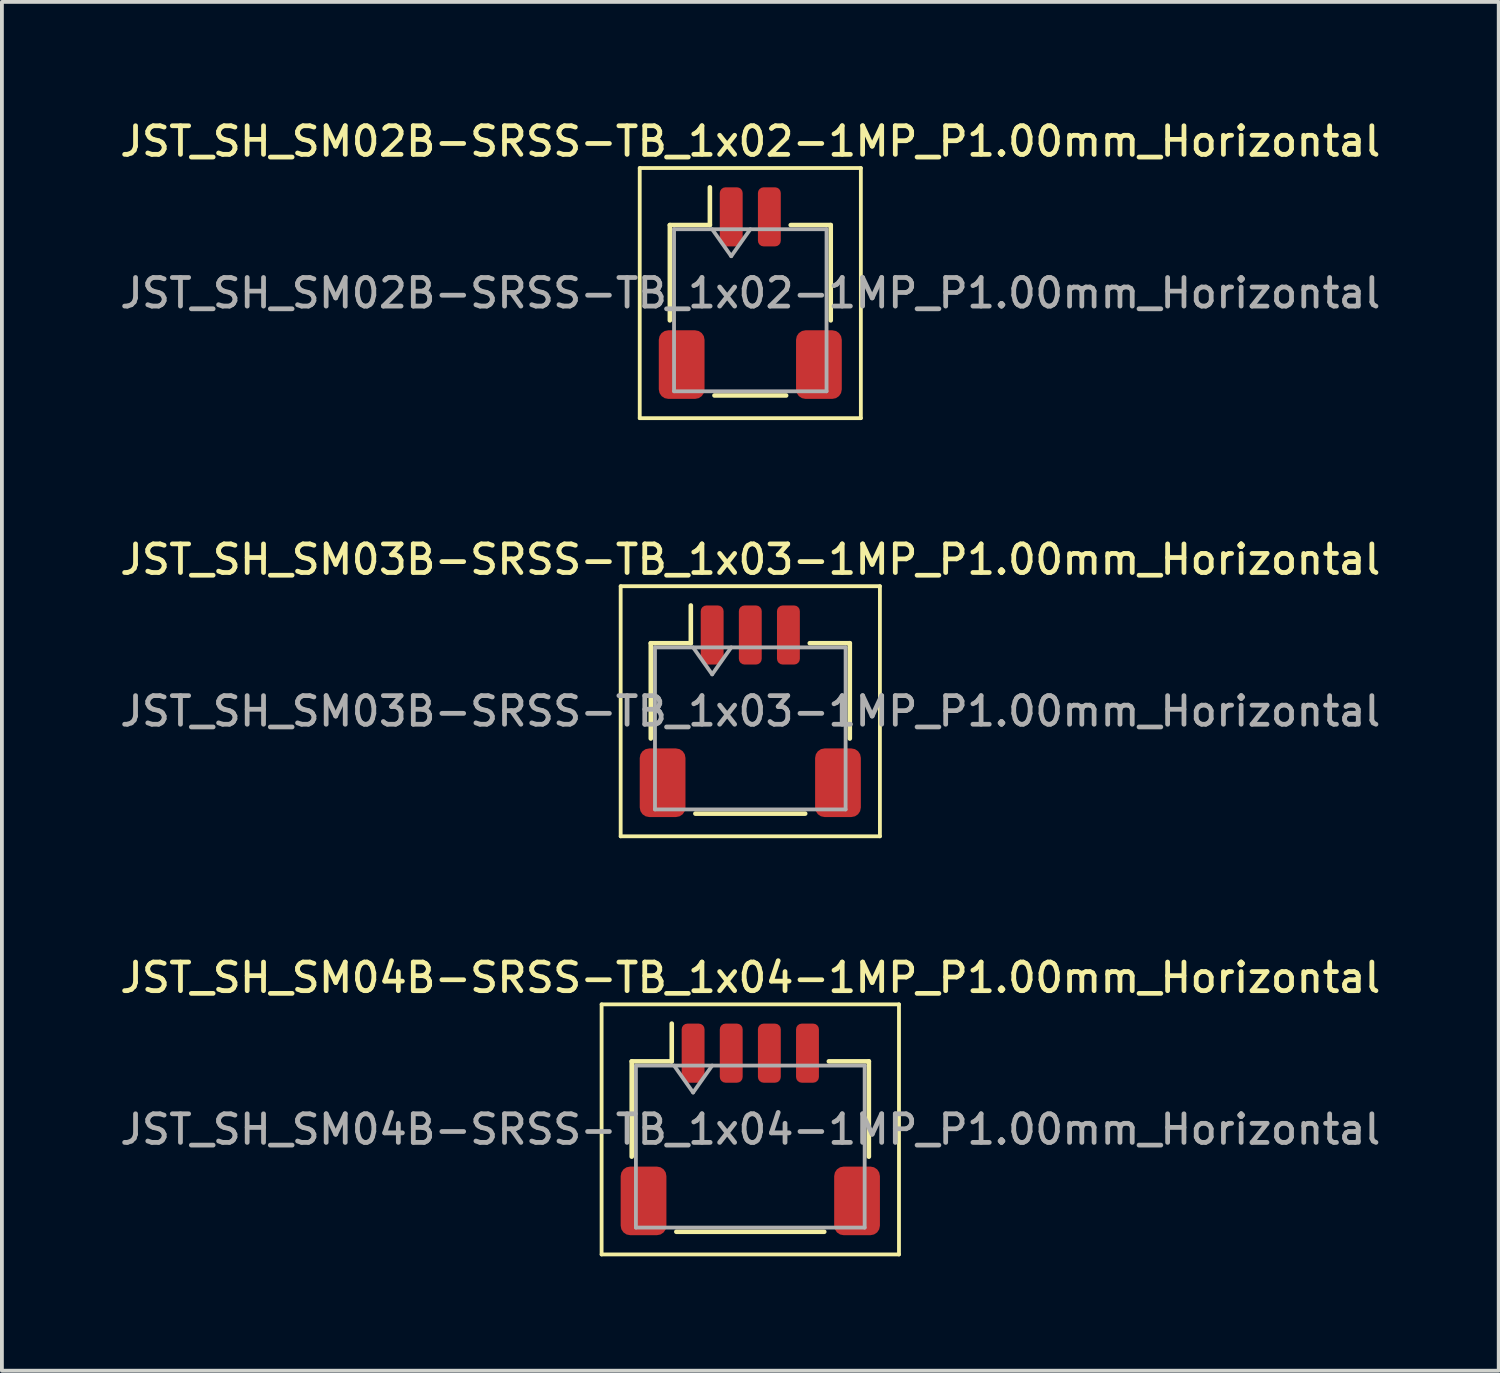
<source format=kicad_pcb>
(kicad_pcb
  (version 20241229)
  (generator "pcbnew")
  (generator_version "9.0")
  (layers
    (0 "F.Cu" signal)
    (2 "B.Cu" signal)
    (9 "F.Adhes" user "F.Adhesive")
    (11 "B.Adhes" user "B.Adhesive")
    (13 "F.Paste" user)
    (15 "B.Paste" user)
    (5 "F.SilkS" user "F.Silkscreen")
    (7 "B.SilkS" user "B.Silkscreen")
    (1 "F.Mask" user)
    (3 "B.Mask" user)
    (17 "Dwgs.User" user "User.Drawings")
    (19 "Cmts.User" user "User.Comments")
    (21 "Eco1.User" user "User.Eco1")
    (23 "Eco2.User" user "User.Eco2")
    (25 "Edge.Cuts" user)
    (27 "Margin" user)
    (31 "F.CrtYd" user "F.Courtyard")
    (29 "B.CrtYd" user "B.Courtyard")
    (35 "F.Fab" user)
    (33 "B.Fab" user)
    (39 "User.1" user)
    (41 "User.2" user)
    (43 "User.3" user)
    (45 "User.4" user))
  (footprint "JST_SH_SM02B-SRSS-TB_1x02-1MP_P1.00mm_Horizontal"
    (layer "F.Cu")
    (at 16.63 4.638)
    (property "Reference" "JST_SH_SM02B-SRSS-TB_1x02-1MP_P1.00mm_Horizontal" (at 0 -3.98 0) (layer "F.SilkS") (effects (font (size 0.75 0.75) (thickness 0.125))))
    (attr smd)
    (fp_line (start -2.9 -3.28) (end -2.9 3.28) (stroke (width 0.1) (type solid)) (layer "F.SilkS"))
    (fp_line (start -2.9 3.28) (end 2.9 3.28) (stroke (width 0.1) (type solid)) (layer "F.SilkS"))
    (fp_line (start -2.11 -1.785) (end -1.06 -1.785) (stroke (width 0.12) (type solid)) (layer "F.SilkS"))
    (fp_line (start -2.11 0.715) (end -2.11 -1.785) (stroke (width 0.12) (type solid)) (layer "F.SilkS"))
    (fp_line (start -1.06 -1.785) (end -1.06 -2.775) (stroke (width 0.12) (type solid)) (layer "F.SilkS"))
    (fp_line (start -0.94 2.685) (end 0.94 2.685) (stroke (width 0.12) (type solid)) (layer "F.SilkS"))
    (fp_line (start 2.11 -1.785) (end 1.06 -1.785) (stroke (width 0.12) (type solid)) (layer "F.SilkS"))
    (fp_line (start 2.11 0.715) (end 2.11 -1.785) (stroke (width 0.12) (type solid)) (layer "F.SilkS"))
    (fp_line (start 2.9 -3.28) (end -2.9 -3.28) (stroke (width 0.1) (type solid)) (layer "F.SilkS"))
    (fp_line (start 2.9 3.28) (end 2.9 -3.28) (stroke (width 0.1) (type solid)) (layer "F.SilkS"))
    (fp_line (start -2 -1.675) (end -2 2.575) (stroke (width 0.1) (type solid)) (layer "F.Fab"))
    (fp_line (start -2 -1.675) (end 2 -1.675) (stroke (width 0.1) (type solid)) (layer "F.Fab"))
    (fp_line (start -2 2.575) (end 2 2.575) (stroke (width 0.1) (type solid)) (layer "F.Fab"))
    (fp_line (start -1 -1.675) (end -0.5 -0.968) (stroke (width 0.1) (type solid)) (layer "F.Fab"))
    (fp_line (start -0.5 -0.968) (end 0 -1.675) (stroke (width 0.1) (type solid)) (layer "F.Fab"))
    (fp_line (start 2 -1.675) (end 2 2.575) (stroke (width 0.1) (type solid)) (layer "F.Fab"))
    (fp_text user "${REFERENCE}" (at 0 0 0) (layer "F.Fab") (effects (font (size 0.75 0.75) (thickness 0.125))))
    (pad "1" smd roundrect (at -0.5 -2) (size 0.6 1.55) (layers "F.Cu" "F.Mask" "F.Paste") (roundrect_rratio 0.25))
    (pad "2" smd roundrect (at 0.5 -2) (size 0.6 1.55) (layers "F.Cu" "F.Mask" "F.Paste") (roundrect_rratio 0.25))
    (pad "MP" smd roundrect (at -1.8 1.875) (size 1.2 1.8) (layers "F.Cu" "F.Mask" "F.Paste") (roundrect_rratio 0.208))
    (pad "MP" smd roundrect (at 1.8 1.875) (size 1.2 1.8) (layers "F.Cu" "F.Mask" "F.Paste") (roundrect_rratio 0.208)))
  (footprint "JST_SH_SM03B-SRSS-TB_1x03-1MP_P1.00mm_Horizontal"
    (layer "F.Cu")
    (at 16.63 15.606)
    (property "Reference" "JST_SH_SM03B-SRSS-TB_1x03-1MP_P1.00mm_Horizontal" (at 0 -3.98 0) (layer "F.SilkS") (effects (font (size 0.75 0.75) (thickness 0.125))))
    (attr smd)
    (fp_line (start -3.4 -3.28) (end -3.4 3.28) (stroke (width 0.1) (type solid)) (layer "F.SilkS"))
    (fp_line (start -3.4 3.28) (end 3.4 3.28) (stroke (width 0.1) (type solid)) (layer "F.SilkS"))
    (fp_line (start -2.61 -1.785) (end -1.56 -1.785) (stroke (width 0.12) (type solid)) (layer "F.SilkS"))
    (fp_line (start -2.61 0.715) (end -2.61 -1.785) (stroke (width 0.12) (type solid)) (layer "F.SilkS"))
    (fp_line (start -1.56 -1.785) (end -1.56 -2.775) (stroke (width 0.12) (type solid)) (layer "F.SilkS"))
    (fp_line (start -1.44 2.685) (end 1.44 2.685) (stroke (width 0.12) (type solid)) (layer "F.SilkS"))
    (fp_line (start 2.61 -1.785) (end 1.56 -1.785) (stroke (width 0.12) (type solid)) (layer "F.SilkS"))
    (fp_line (start 2.61 0.715) (end 2.61 -1.785) (stroke (width 0.12) (type solid)) (layer "F.SilkS"))
    (fp_line (start 3.4 -3.28) (end -3.4 -3.28) (stroke (width 0.1) (type solid)) (layer "F.SilkS"))
    (fp_line (start 3.4 3.28) (end 3.4 -3.28) (stroke (width 0.1) (type solid)) (layer "F.SilkS"))
    (fp_line (start -2.5 -1.675) (end -2.5 2.575) (stroke (width 0.1) (type solid)) (layer "F.Fab"))
    (fp_line (start -2.5 -1.675) (end 2.5 -1.675) (stroke (width 0.1) (type solid)) (layer "F.Fab"))
    (fp_line (start -2.5 2.575) (end 2.5 2.575) (stroke (width 0.1) (type solid)) (layer "F.Fab"))
    (fp_line (start -1.5 -1.675) (end -1 -0.968) (stroke (width 0.1) (type solid)) (layer "F.Fab"))
    (fp_line (start -1 -0.968) (end -0.5 -1.675) (stroke (width 0.1) (type solid)) (layer "F.Fab"))
    (fp_line (start 2.5 -1.675) (end 2.5 2.575) (stroke (width 0.1) (type solid)) (layer "F.Fab"))
    (fp_text user "${REFERENCE}" (at 0 0 0) (layer "F.Fab") (effects (font (size 0.75 0.75) (thickness 0.125))))
    (pad "1" smd roundrect (at -1 -2) (size 0.6 1.55) (layers "F.Cu" "F.Mask" "F.Paste") (roundrect_rratio 0.25))
    (pad "2" smd roundrect (at 0 -2) (size 0.6 1.55) (layers "F.Cu" "F.Mask" "F.Paste") (roundrect_rratio 0.25))
    (pad "3" smd roundrect (at 1 -2) (size 0.6 1.55) (layers "F.Cu" "F.Mask" "F.Paste") (roundrect_rratio 0.25))
    (pad "MP" smd roundrect (at -2.3 1.875) (size 1.2 1.8) (layers "F.Cu" "F.Mask" "F.Paste") (roundrect_rratio 0.208))
    (pad "MP" smd roundrect (at 2.3 1.875) (size 1.2 1.8) (layers "F.Cu" "F.Mask" "F.Paste") (roundrect_rratio 0.208)))
  (footprint "JST_SH_SM04B-SRSS-TB_1x04-1MP_P1.00mm_Horizontal"
    (layer "F.Cu")
    (at 16.63 26.574)
    (property "Reference" "JST_SH_SM04B-SRSS-TB_1x04-1MP_P1.00mm_Horizontal" (at 0 -3.98 0) (layer "F.SilkS") (effects (font (size 0.75 0.75) (thickness 0.125))))
    (attr smd)
    (fp_line (start -3.9 -3.28) (end -3.9 3.28) (stroke (width 0.1) (type solid)) (layer "F.SilkS"))
    (fp_line (start -3.9 3.28) (end 3.9 3.28) (stroke (width 0.1) (type solid)) (layer "F.SilkS"))
    (fp_line (start -3.11 -1.785) (end -2.06 -1.785) (stroke (width 0.12) (type solid)) (layer "F.SilkS"))
    (fp_line (start -3.11 0.715) (end -3.11 -1.785) (stroke (width 0.12) (type solid)) (layer "F.SilkS"))
    (fp_line (start -2.06 -1.785) (end -2.06 -2.775) (stroke (width 0.12) (type solid)) (layer "F.SilkS"))
    (fp_line (start -1.94 2.685) (end 1.94 2.685) (stroke (width 0.12) (type solid)) (layer "F.SilkS"))
    (fp_line (start 3.11 -1.785) (end 2.06 -1.785) (stroke (width 0.12) (type solid)) (layer "F.SilkS"))
    (fp_line (start 3.11 0.715) (end 3.11 -1.785) (stroke (width 0.12) (type solid)) (layer "F.SilkS"))
    (fp_line (start 3.9 -3.28) (end -3.9 -3.28) (stroke (width 0.1) (type solid)) (layer "F.SilkS"))
    (fp_line (start 3.9 3.28) (end 3.9 -3.28) (stroke (width 0.1) (type solid)) (layer "F.SilkS"))
    (fp_line (start -3 -1.675) (end -3 2.575) (stroke (width 0.1) (type solid)) (layer "F.Fab"))
    (fp_line (start -3 -1.675) (end 3 -1.675) (stroke (width 0.1) (type solid)) (layer "F.Fab"))
    (fp_line (start -3 2.575) (end 3 2.575) (stroke (width 0.1) (type solid)) (layer "F.Fab"))
    (fp_line (start -2 -1.675) (end -1.5 -0.968) (stroke (width 0.1) (type solid)) (layer "F.Fab"))
    (fp_line (start -1.5 -0.968) (end -1 -1.675) (stroke (width 0.1) (type solid)) (layer "F.Fab"))
    (fp_line (start 3 -1.675) (end 3 2.575) (stroke (width 0.1) (type solid)) (layer "F.Fab"))
    (fp_text user "${REFERENCE}" (at 0 0 0) (layer "F.Fab") (effects (font (size 0.75 0.75) (thickness 0.125))))
    (pad "1" smd roundrect (at -1.5 -2) (size 0.6 1.55) (layers "F.Cu" "F.Mask" "F.Paste") (roundrect_rratio 0.25))
    (pad "2" smd roundrect (at -0.5 -2) (size 0.6 1.55) (layers "F.Cu" "F.Mask" "F.Paste") (roundrect_rratio 0.25))
    (pad "3" smd roundrect (at 0.5 -2) (size 0.6 1.55) (layers "F.Cu" "F.Mask" "F.Paste") (roundrect_rratio 0.25))
    (pad "4" smd roundrect (at 1.5 -2) (size 0.6 1.55) (layers "F.Cu" "F.Mask" "F.Paste") (roundrect_rratio 0.25))
    (pad "MP" smd roundrect (at -2.8 1.875) (size 1.2 1.8) (layers "F.Cu" "F.Mask" "F.Paste") (roundrect_rratio 0.208))
    (pad "MP" smd roundrect (at 2.8 1.875) (size 1.2 1.8) (layers "F.Cu" "F.Mask" "F.Paste") (roundrect_rratio 0.208)))
  (gr_rect
    (start -3 -3)
    (end 36.261 32.904)
    (stroke (width 0.1) (type default))
    (fill no)
    (layer "Edge.Cuts")))
</source>
